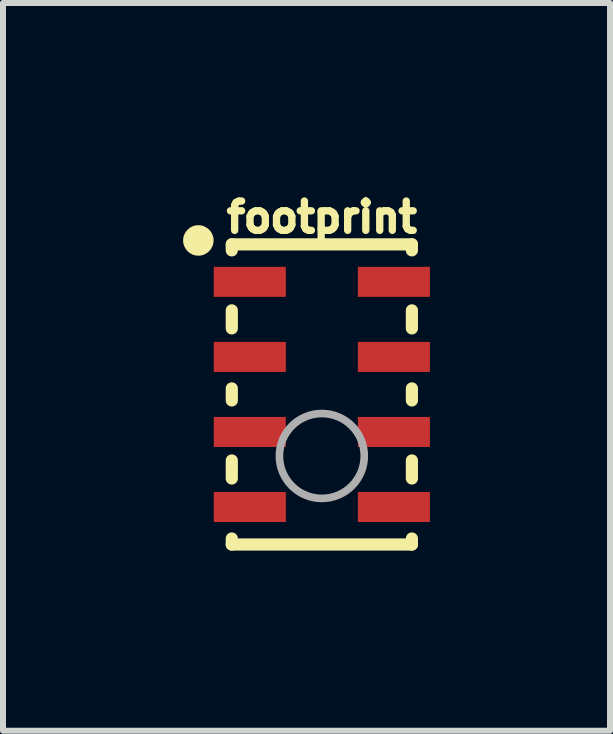
<source format=kicad_pcb>
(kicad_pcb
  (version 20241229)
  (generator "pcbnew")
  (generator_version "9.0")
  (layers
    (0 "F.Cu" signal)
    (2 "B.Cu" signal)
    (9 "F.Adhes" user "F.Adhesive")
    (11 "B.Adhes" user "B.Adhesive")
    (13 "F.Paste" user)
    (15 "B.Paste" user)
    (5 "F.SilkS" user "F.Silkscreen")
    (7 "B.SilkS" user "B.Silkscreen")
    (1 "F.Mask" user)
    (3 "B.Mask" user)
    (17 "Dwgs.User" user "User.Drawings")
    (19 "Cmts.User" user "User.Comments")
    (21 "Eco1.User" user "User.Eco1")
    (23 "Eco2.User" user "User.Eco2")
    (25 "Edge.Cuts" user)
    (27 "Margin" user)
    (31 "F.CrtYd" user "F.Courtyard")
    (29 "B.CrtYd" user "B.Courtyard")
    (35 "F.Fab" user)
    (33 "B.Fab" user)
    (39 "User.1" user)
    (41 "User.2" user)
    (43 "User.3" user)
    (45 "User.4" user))
  (footprint "footprint"
    (layer "F.Cu")
    (at 2.311 3.52)
    (property "Reference" "footprint" (at 0 -2.667 0) (layer "F.SilkS") (effects (font (size 0.488 0.488) (thickness 0.122)) (justify bottom)))
    (fp_line (start -1.5 -2.5) (end -1.5 -2.4) (stroke (width 0.203) (type solid)) (layer "F.SilkS"))
    (fp_line (start -1.5 -1.1) (end -1.5 -1.4) (stroke (width 0.203) (type solid)) (layer "F.SilkS"))
    (fp_line (start -1.5 0.1) (end -1.5 -0.1) (stroke (width 0.203) (type solid)) (layer "F.SilkS"))
    (fp_line (start -1.5 1.4) (end -1.5 1.1) (stroke (width 0.203) (type solid)) (layer "F.SilkS"))
    (fp_line (start -1.5 2.4) (end -1.5 2.5) (stroke (width 0.203) (type solid)) (layer "F.SilkS"))
    (fp_line (start -1.5 2.5) (end 1.5 2.5) (stroke (width 0.203) (type solid)) (layer "F.SilkS"))
    (fp_line (start 1.5 -2.5) (end -1.5 -2.5) (stroke (width 0.203) (type solid)) (layer "F.SilkS"))
    (fp_line (start 1.5 -2.5) (end 1.5 -2.4) (stroke (width 0.203) (type solid)) (layer "F.SilkS"))
    (fp_line (start 1.5 -1.1) (end 1.5 -1.4) (stroke (width 0.203) (type solid)) (layer "F.SilkS"))
    (fp_line (start 1.5 0.1) (end 1.5 -0.1) (stroke (width 0.203) (type solid)) (layer "F.SilkS"))
    (fp_line (start 1.5 1.4) (end 1.5 1.1) (stroke (width 0.203) (type solid)) (layer "F.SilkS"))
    (fp_line (start 1.5 2.4) (end 1.5 2.5) (stroke (width 0.203) (type solid)) (layer "F.SilkS"))
    (fp_circle (center -2.057 -2.565) (end -1.93 -2.565) (stroke (width 0.254) (type solid)) (fill yes) (layer "F.SilkS"))
    (fp_circle (center 0 1.025) (end 0.707 1.025) (stroke (width 0.127) (type solid)) (fill no) (layer "F.Fab"))
    (pad "1" smd rect (at -1.2 -1.875) (size 1.2 0.5) (layers "F.Cu" "F.Mask" "F.Paste"))
    (pad "2" smd rect (at -1.2 -0.625) (size 1.2 0.5) (layers "F.Cu" "F.Mask" "F.Paste"))
    (pad "3" smd rect (at -1.2 0.625) (size 1.2 0.5) (layers "F.Cu" "F.Mask" "F.Paste"))
    (pad "4" smd rect (at -1.2 1.875) (size 1.2 0.5) (layers "F.Cu" "F.Mask" "F.Paste"))
    (pad "5" smd rect (at 1.2 1.875) (size 1.2 0.5) (layers "F.Cu" "F.Mask" "F.Paste"))
    (pad "6" smd rect (at 1.2 0.625) (size 1.2 0.5) (layers "F.Cu" "F.Mask" "F.Paste"))
    (pad "7" smd rect (at 1.2 -0.625) (size 1.2 0.5) (layers "F.Cu" "F.Mask" "F.Paste"))
    (pad "8" smd rect (at 1.2 -1.875) (size 1.2 0.5) (layers "F.Cu" "F.Mask" "F.Paste")))
  (gr_rect
    (start -3 -3)
    (end 7.111 9.122)
    (stroke (width 0.1) (type default))
    (fill no)
    (layer "Edge.Cuts")))
</source>
